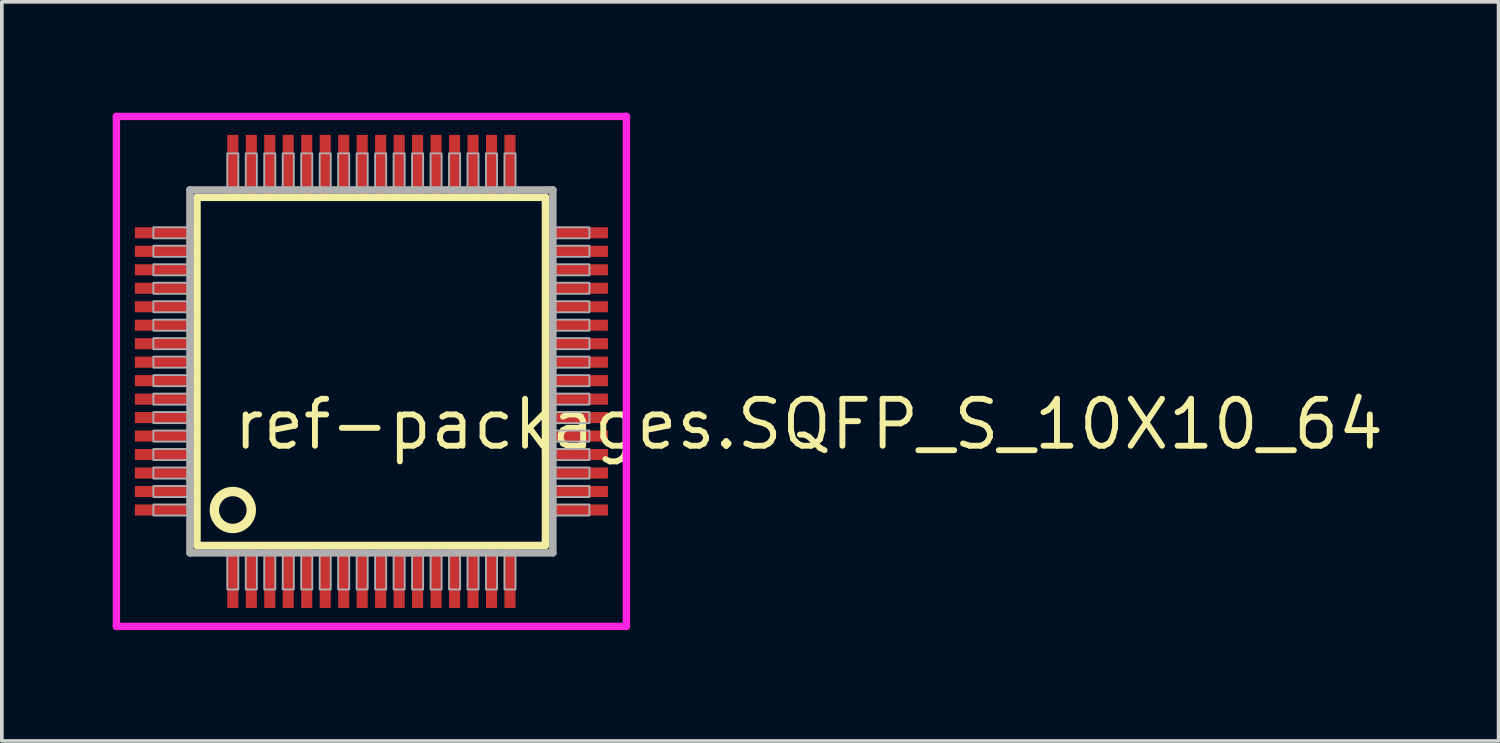
<source format=kicad_pcb>
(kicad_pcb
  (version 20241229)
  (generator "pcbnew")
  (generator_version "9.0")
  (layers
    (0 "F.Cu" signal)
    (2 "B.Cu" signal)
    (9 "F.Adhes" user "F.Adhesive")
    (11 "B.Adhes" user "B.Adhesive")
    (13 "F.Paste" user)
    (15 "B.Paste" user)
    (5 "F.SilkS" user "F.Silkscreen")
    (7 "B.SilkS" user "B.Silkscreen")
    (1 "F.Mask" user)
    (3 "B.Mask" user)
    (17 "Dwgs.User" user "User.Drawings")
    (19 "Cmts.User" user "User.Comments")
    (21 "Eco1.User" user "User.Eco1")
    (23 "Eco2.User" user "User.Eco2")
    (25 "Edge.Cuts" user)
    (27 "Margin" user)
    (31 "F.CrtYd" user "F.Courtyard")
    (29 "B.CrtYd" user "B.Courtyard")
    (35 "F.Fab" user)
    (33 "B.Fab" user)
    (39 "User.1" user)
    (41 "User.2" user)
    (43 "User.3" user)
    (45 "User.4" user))
  (footprint "ref-packages.SQFP_S_10X10_64"
    (layer "F.Cu")
    (at 7 7)
    (property "Reference" "ref-packages.SQFP_S_10X10_64" (at -3.81 2.175 0) (layer "F.SilkS") (effects (font (size 1.27 1.27) (thickness 0.16)) (justify left bottom)))
    (attr smd)
    (fp_line (start -4.72 -4.71) (end 4.71 -4.71) (stroke (width 0.203) (type default)) (layer "F.SilkS"))
    (fp_line (start -4.72 4.71) (end -4.72 -4.71) (stroke (width 0.203) (type default)) (layer "F.SilkS"))
    (fp_line (start 4.71 -4.71) (end 4.71 4.71) (stroke (width 0.203) (type default)) (layer "F.SilkS"))
    (fp_line (start 4.71 4.71) (end -4.72 4.71) (stroke (width 0.203) (type default)) (layer "F.SilkS"))
    (fp_circle (center -3.75 3.75) (end -3.25 3.75) (stroke (width 0.254) (type default)) (fill no) (layer "F.SilkS"))
    (fp_line (start -6.9 -6.9) (end 6.9 -6.9) (stroke (width 0.2) (type default)) (layer "F.CrtYd"))
    (fp_line (start -6.9 6.9) (end -6.9 -6.9) (stroke (width 0.2) (type default)) (layer "F.CrtYd"))
    (fp_line (start 6.9 -6.9) (end 6.9 6.9) (stroke (width 0.2) (type default)) (layer "F.CrtYd"))
    (fp_line (start 6.9 6.9) (end -6.9 6.9) (stroke (width 0.2) (type default)) (layer "F.CrtYd"))
    (fp_line (start -4.91 -4.91) (end -4.91 4.91) (stroke (width 0.203) (type default)) (layer "F.Fab"))
    (fp_line (start -4.91 4.91) (end 4.91 4.91) (stroke (width 0.203) (type default)) (layer "F.Fab"))
    (fp_line (start 4.91 -4.91) (end -4.91 -4.91) (stroke (width 0.203) (type default)) (layer "F.Fab"))
    (fp_line (start 4.91 4.91) (end 4.91 -4.91) (stroke (width 0.203) (type default)) (layer "F.Fab"))
    (fp_rect (start -5.9 -3.6) (end -4.95 -3.9) (stroke (width 0.05) (type default)) (fill no) (layer "F.Fab"))
    (fp_rect (start -5.9 -3.1) (end -4.95 -3.4) (stroke (width 0.05) (type default)) (fill no) (layer "F.Fab"))
    (fp_rect (start -5.9 -2.6) (end -4.95 -2.9) (stroke (width 0.05) (type default)) (fill no) (layer "F.Fab"))
    (fp_rect (start -5.9 -2.1) (end -4.95 -2.4) (stroke (width 0.05) (type default)) (fill no) (layer "F.Fab"))
    (fp_rect (start -5.9 -1.6) (end -4.95 -1.9) (stroke (width 0.05) (type default)) (fill no) (layer "F.Fab"))
    (fp_rect (start -5.9 -1.1) (end -4.95 -1.4) (stroke (width 0.05) (type default)) (fill no) (layer "F.Fab"))
    (fp_rect (start -5.9 -0.6) (end -4.95 -0.9) (stroke (width 0.05) (type default)) (fill no) (layer "F.Fab"))
    (fp_rect (start -5.9 -0.1) (end -4.95 -0.4) (stroke (width 0.05) (type default)) (fill no) (layer "F.Fab"))
    (fp_rect (start -5.9 0.4) (end -4.95 0.1) (stroke (width 0.05) (type default)) (fill no) (layer "F.Fab"))
    (fp_rect (start -5.9 0.9) (end -4.95 0.6) (stroke (width 0.05) (type default)) (fill no) (layer "F.Fab"))
    (fp_rect (start -5.9 1.4) (end -4.95 1.1) (stroke (width 0.05) (type default)) (fill no) (layer "F.Fab"))
    (fp_rect (start -5.9 1.9) (end -4.95 1.6) (stroke (width 0.05) (type default)) (fill no) (layer "F.Fab"))
    (fp_rect (start -5.9 2.4) (end -4.95 2.1) (stroke (width 0.05) (type default)) (fill no) (layer "F.Fab"))
    (fp_rect (start -5.9 2.9) (end -4.95 2.6) (stroke (width 0.05) (type default)) (fill no) (layer "F.Fab"))
    (fp_rect (start -5.9 3.4) (end -4.95 3.1) (stroke (width 0.05) (type default)) (fill no) (layer "F.Fab"))
    (fp_rect (start -5.9 3.9) (end -4.95 3.6) (stroke (width 0.05) (type default)) (fill no) (layer "F.Fab"))
    (fp_rect (start -3.9 -4.95) (end -3.6 -5.9) (stroke (width 0.05) (type default)) (fill no) (layer "F.Fab"))
    (fp_rect (start -3.9 5.9) (end -3.6 4.95) (stroke (width 0.05) (type default)) (fill no) (layer "F.Fab"))
    (fp_rect (start -3.4 -4.95) (end -3.1 -5.9) (stroke (width 0.05) (type default)) (fill no) (layer "F.Fab"))
    (fp_rect (start -3.4 5.9) (end -3.1 4.95) (stroke (width 0.05) (type default)) (fill no) (layer "F.Fab"))
    (fp_rect (start -2.9 -4.95) (end -2.6 -5.9) (stroke (width 0.05) (type default)) (fill no) (layer "F.Fab"))
    (fp_rect (start -2.9 5.9) (end -2.6 4.95) (stroke (width 0.05) (type default)) (fill no) (layer "F.Fab"))
    (fp_rect (start -2.4 -4.95) (end -2.1 -5.9) (stroke (width 0.05) (type default)) (fill no) (layer "F.Fab"))
    (fp_rect (start -2.4 5.9) (end -2.1 4.95) (stroke (width 0.05) (type default)) (fill no) (layer "F.Fab"))
    (fp_rect (start -1.9 -4.95) (end -1.6 -5.9) (stroke (width 0.05) (type default)) (fill no) (layer "F.Fab"))
    (fp_rect (start -1.9 5.9) (end -1.6 4.95) (stroke (width 0.05) (type default)) (fill no) (layer "F.Fab"))
    (fp_rect (start -1.4 -4.95) (end -1.1 -5.9) (stroke (width 0.05) (type default)) (fill no) (layer "F.Fab"))
    (fp_rect (start -1.4 5.9) (end -1.1 4.95) (stroke (width 0.05) (type default)) (fill no) (layer "F.Fab"))
    (fp_rect (start -0.9 -4.95) (end -0.6 -5.9) (stroke (width 0.05) (type default)) (fill no) (layer "F.Fab"))
    (fp_rect (start -0.9 5.9) (end -0.6 4.95) (stroke (width 0.05) (type default)) (fill no) (layer "F.Fab"))
    (fp_rect (start -0.4 -4.95) (end -0.1 -5.9) (stroke (width 0.05) (type default)) (fill no) (layer "F.Fab"))
    (fp_rect (start -0.4 5.9) (end -0.1 4.95) (stroke (width 0.05) (type default)) (fill no) (layer "F.Fab"))
    (fp_rect (start 0.1 -4.95) (end 0.4 -5.9) (stroke (width 0.05) (type default)) (fill no) (layer "F.Fab"))
    (fp_rect (start 0.1 5.9) (end 0.4 4.95) (stroke (width 0.05) (type default)) (fill no) (layer "F.Fab"))
    (fp_rect (start 0.6 -4.95) (end 0.9 -5.9) (stroke (width 0.05) (type default)) (fill no) (layer "F.Fab"))
    (fp_rect (start 0.6 5.9) (end 0.9 4.95) (stroke (width 0.05) (type default)) (fill no) (layer "F.Fab"))
    (fp_rect (start 1.1 -4.95) (end 1.4 -5.9) (stroke (width 0.05) (type default)) (fill no) (layer "F.Fab"))
    (fp_rect (start 1.1 5.9) (end 1.4 4.95) (stroke (width 0.05) (type default)) (fill no) (layer "F.Fab"))
    (fp_rect (start 1.6 -4.95) (end 1.9 -5.9) (stroke (width 0.05) (type default)) (fill no) (layer "F.Fab"))
    (fp_rect (start 1.6 5.9) (end 1.9 4.95) (stroke (width 0.05) (type default)) (fill no) (layer "F.Fab"))
    (fp_rect (start 2.1 -4.95) (end 2.4 -5.9) (stroke (width 0.05) (type default)) (fill no) (layer "F.Fab"))
    (fp_rect (start 2.1 5.9) (end 2.4 4.95) (stroke (width 0.05) (type default)) (fill no) (layer "F.Fab"))
    (fp_rect (start 2.6 -4.95) (end 2.9 -5.9) (stroke (width 0.05) (type default)) (fill no) (layer "F.Fab"))
    (fp_rect (start 2.6 5.9) (end 2.9 4.95) (stroke (width 0.05) (type default)) (fill no) (layer "F.Fab"))
    (fp_rect (start 3.1 -4.95) (end 3.4 -5.9) (stroke (width 0.05) (type default)) (fill no) (layer "F.Fab"))
    (fp_rect (start 3.1 5.9) (end 3.4 4.95) (stroke (width 0.05) (type default)) (fill no) (layer "F.Fab"))
    (fp_rect (start 3.6 -4.95) (end 3.9 -5.9) (stroke (width 0.05) (type default)) (fill no) (layer "F.Fab"))
    (fp_rect (start 3.6 5.9) (end 3.9 4.95) (stroke (width 0.05) (type default)) (fill no) (layer "F.Fab"))
    (fp_rect (start 4.95 -3.6) (end 5.9 -3.9) (stroke (width 0.05) (type default)) (fill no) (layer "F.Fab"))
    (fp_rect (start 4.95 -3.1) (end 5.9 -3.4) (stroke (width 0.05) (type default)) (fill no) (layer "F.Fab"))
    (fp_rect (start 4.95 -2.6) (end 5.9 -2.9) (stroke (width 0.05) (type default)) (fill no) (layer "F.Fab"))
    (fp_rect (start 4.95 -2.1) (end 5.9 -2.4) (stroke (width 0.05) (type default)) (fill no) (layer "F.Fab"))
    (fp_rect (start 4.95 -1.6) (end 5.9 -1.9) (stroke (width 0.05) (type default)) (fill no) (layer "F.Fab"))
    (fp_rect (start 4.95 -1.1) (end 5.9 -1.4) (stroke (width 0.05) (type default)) (fill no) (layer "F.Fab"))
    (fp_rect (start 4.95 -0.6) (end 5.9 -0.9) (stroke (width 0.05) (type default)) (fill no) (layer "F.Fab"))
    (fp_rect (start 4.95 -0.1) (end 5.9 -0.4) (stroke (width 0.05) (type default)) (fill no) (layer "F.Fab"))
    (fp_rect (start 4.95 0.4) (end 5.9 0.1) (stroke (width 0.05) (type default)) (fill no) (layer "F.Fab"))
    (fp_rect (start 4.95 0.9) (end 5.9 0.6) (stroke (width 0.05) (type default)) (fill no) (layer "F.Fab"))
    (fp_rect (start 4.95 1.4) (end 5.9 1.1) (stroke (width 0.05) (type default)) (fill no) (layer "F.Fab"))
    (fp_rect (start 4.95 1.9) (end 5.9 1.6) (stroke (width 0.05) (type default)) (fill no) (layer "F.Fab"))
    (fp_rect (start 4.95 2.4) (end 5.9 2.1) (stroke (width 0.05) (type default)) (fill no) (layer "F.Fab"))
    (fp_rect (start 4.95 2.9) (end 5.9 2.6) (stroke (width 0.05) (type default)) (fill no) (layer "F.Fab"))
    (fp_rect (start 4.95 3.4) (end 5.9 3.1) (stroke (width 0.05) (type default)) (fill no) (layer "F.Fab"))
    (fp_rect (start 4.95 3.9) (end 5.9 3.6) (stroke (width 0.05) (type default)) (fill no) (layer "F.Fab"))
    (pad "1" smd roundrect (at -3.75 5.6) (size 0.3 1.6) (layers "F.Cu" "F.Mask" "F.Paste") (roundrect_rratio 0.01))
    (pad "2" smd roundrect (at -3.25 5.6) (size 0.3 1.6) (layers "F.Cu" "F.Mask" "F.Paste") (roundrect_rratio 0.01))
    (pad "3" smd roundrect (at -2.75 5.6) (size 0.3 1.6) (layers "F.Cu" "F.Mask" "F.Paste") (roundrect_rratio 0.01))
    (pad "4" smd roundrect (at -2.25 5.6) (size 0.3 1.6) (layers "F.Cu" "F.Mask" "F.Paste") (roundrect_rratio 0.01))
    (pad "5" smd roundrect (at -1.75 5.6) (size 0.3 1.6) (layers "F.Cu" "F.Mask" "F.Paste") (roundrect_rratio 0.01))
    (pad "6" smd roundrect (at -1.25 5.6) (size 0.3 1.6) (layers "F.Cu" "F.Mask" "F.Paste") (roundrect_rratio 0.01))
    (pad "7" smd roundrect (at -0.75 5.6) (size 0.3 1.6) (layers "F.Cu" "F.Mask" "F.Paste") (roundrect_rratio 0.01))
    (pad "8" smd roundrect (at -0.25 5.6) (size 0.3 1.6) (layers "F.Cu" "F.Mask" "F.Paste") (roundrect_rratio 0.01))
    (pad "9" smd roundrect (at 0.25 5.6) (size 0.3 1.6) (layers "F.Cu" "F.Mask" "F.Paste") (roundrect_rratio 0.01))
    (pad "10" smd roundrect (at 0.75 5.6) (size 0.3 1.6) (layers "F.Cu" "F.Mask" "F.Paste") (roundrect_rratio 0.01))
    (pad "11" smd roundrect (at 1.25 5.6) (size 0.3 1.6) (layers "F.Cu" "F.Mask" "F.Paste") (roundrect_rratio 0.01))
    (pad "12" smd roundrect (at 1.75 5.6) (size 0.3 1.6) (layers "F.Cu" "F.Mask" "F.Paste") (roundrect_rratio 0.01))
    (pad "13" smd roundrect (at 2.25 5.6) (size 0.3 1.6) (layers "F.Cu" "F.Mask" "F.Paste") (roundrect_rratio 0.01))
    (pad "14" smd roundrect (at 2.75 5.6) (size 0.3 1.6) (layers "F.Cu" "F.Mask" "F.Paste") (roundrect_rratio 0.01))
    (pad "15" smd roundrect (at 3.25 5.6) (size 0.3 1.6) (layers "F.Cu" "F.Mask" "F.Paste") (roundrect_rratio 0.01))
    (pad "16" smd roundrect (at 3.75 5.6) (size 0.3 1.6) (layers "F.Cu" "F.Mask" "F.Paste") (roundrect_rratio 0.01))
    (pad "17" smd roundrect (at 5.6 3.75) (size 1.6 0.3) (layers "F.Cu" "F.Mask" "F.Paste") (roundrect_rratio 0.01))
    (pad "18" smd roundrect (at 5.6 3.25) (size 1.6 0.3) (layers "F.Cu" "F.Mask" "F.Paste") (roundrect_rratio 0.01))
    (pad "19" smd roundrect (at 5.6 2.75) (size 1.6 0.3) (layers "F.Cu" "F.Mask" "F.Paste") (roundrect_rratio 0.01))
    (pad "20" smd roundrect (at 5.6 2.25) (size 1.6 0.3) (layers "F.Cu" "F.Mask" "F.Paste") (roundrect_rratio 0.01))
    (pad "21" smd roundrect (at 5.6 1.75) (size 1.6 0.3) (layers "F.Cu" "F.Mask" "F.Paste") (roundrect_rratio 0.01))
    (pad "22" smd roundrect (at 5.6 1.25) (size 1.6 0.3) (layers "F.Cu" "F.Mask" "F.Paste") (roundrect_rratio 0.01))
    (pad "23" smd roundrect (at 5.6 0.75) (size 1.6 0.3) (layers "F.Cu" "F.Mask" "F.Paste") (roundrect_rratio 0.01))
    (pad "24" smd roundrect (at 5.6 0.25) (size 1.6 0.3) (layers "F.Cu" "F.Mask" "F.Paste") (roundrect_rratio 0.01))
    (pad "25" smd roundrect (at 5.6 -0.25) (size 1.6 0.3) (layers "F.Cu" "F.Mask" "F.Paste") (roundrect_rratio 0.01))
    (pad "26" smd roundrect (at 5.6 -0.75) (size 1.6 0.3) (layers "F.Cu" "F.Mask" "F.Paste") (roundrect_rratio 0.01))
    (pad "27" smd roundrect (at 5.6 -1.25) (size 1.6 0.3) (layers "F.Cu" "F.Mask" "F.Paste") (roundrect_rratio 0.01))
    (pad "28" smd roundrect (at 5.6 -1.75) (size 1.6 0.3) (layers "F.Cu" "F.Mask" "F.Paste") (roundrect_rratio 0.01))
    (pad "29" smd roundrect (at 5.6 -2.25) (size 1.6 0.3) (layers "F.Cu" "F.Mask" "F.Paste") (roundrect_rratio 0.01))
    (pad "30" smd roundrect (at 5.6 -2.75) (size 1.6 0.3) (layers "F.Cu" "F.Mask" "F.Paste") (roundrect_rratio 0.01))
    (pad "31" smd roundrect (at 5.6 -3.25) (size 1.6 0.3) (layers "F.Cu" "F.Mask" "F.Paste") (roundrect_rratio 0.01))
    (pad "32" smd roundrect (at 5.6 -3.75) (size 1.6 0.3) (layers "F.Cu" "F.Mask" "F.Paste") (roundrect_rratio 0.01))
    (pad "33" smd roundrect (at 3.75 -5.6) (size 0.3 1.6) (layers "F.Cu" "F.Mask" "F.Paste") (roundrect_rratio 0.01))
    (pad "34" smd roundrect (at 3.25 -5.6) (size 0.3 1.6) (layers "F.Cu" "F.Mask" "F.Paste") (roundrect_rratio 0.01))
    (pad "35" smd roundrect (at 2.75 -5.6) (size 0.3 1.6) (layers "F.Cu" "F.Mask" "F.Paste") (roundrect_rratio 0.01))
    (pad "36" smd roundrect (at 2.25 -5.6) (size 0.3 1.6) (layers "F.Cu" "F.Mask" "F.Paste") (roundrect_rratio 0.01))
    (pad "37" smd roundrect (at 1.75 -5.6) (size 0.3 1.6) (layers "F.Cu" "F.Mask" "F.Paste") (roundrect_rratio 0.01))
    (pad "38" smd roundrect (at 1.25 -5.6) (size 0.3 1.6) (layers "F.Cu" "F.Mask" "F.Paste") (roundrect_rratio 0.01))
    (pad "39" smd roundrect (at 0.75 -5.6) (size 0.3 1.6) (layers "F.Cu" "F.Mask" "F.Paste") (roundrect_rratio 0.01))
    (pad "40" smd roundrect (at 0.25 -5.6) (size 0.3 1.6) (layers "F.Cu" "F.Mask" "F.Paste") (roundrect_rratio 0.01))
    (pad "41" smd roundrect (at -0.25 -5.6) (size 0.3 1.6) (layers "F.Cu" "F.Mask" "F.Paste") (roundrect_rratio 0.01))
    (pad "42" smd roundrect (at -0.75 -5.6) (size 0.3 1.6) (layers "F.Cu" "F.Mask" "F.Paste") (roundrect_rratio 0.01))
    (pad "43" smd roundrect (at -1.25 -5.6) (size 0.3 1.6) (layers "F.Cu" "F.Mask" "F.Paste") (roundrect_rratio 0.01))
    (pad "44" smd roundrect (at -1.75 -5.6) (size 0.3 1.6) (layers "F.Cu" "F.Mask" "F.Paste") (roundrect_rratio 0.01))
    (pad "45" smd roundrect (at -2.25 -5.6) (size 0.3 1.6) (layers "F.Cu" "F.Mask" "F.Paste") (roundrect_rratio 0.01))
    (pad "46" smd roundrect (at -2.75 -5.6) (size 0.3 1.6) (layers "F.Cu" "F.Mask" "F.Paste") (roundrect_rratio 0.01))
    (pad "47" smd roundrect (at -3.25 -5.6) (size 0.3 1.6) (layers "F.Cu" "F.Mask" "F.Paste") (roundrect_rratio 0.01))
    (pad "48" smd roundrect (at -3.75 -5.6) (size 0.3 1.6) (layers "F.Cu" "F.Mask" "F.Paste") (roundrect_rratio 0.01))
    (pad "49" smd roundrect (at -5.6 -3.75) (size 1.6 0.3) (layers "F.Cu" "F.Mask" "F.Paste") (roundrect_rratio 0.01))
    (pad "50" smd roundrect (at -5.6 -3.25) (size 1.6 0.3) (layers "F.Cu" "F.Mask" "F.Paste") (roundrect_rratio 0.01))
    (pad "51" smd roundrect (at -5.6 -2.75) (size 1.6 0.3) (layers "F.Cu" "F.Mask" "F.Paste") (roundrect_rratio 0.01))
    (pad "52" smd roundrect (at -5.6 -2.25) (size 1.6 0.3) (layers "F.Cu" "F.Mask" "F.Paste") (roundrect_rratio 0.01))
    (pad "53" smd roundrect (at -5.6 -1.75) (size 1.6 0.3) (layers "F.Cu" "F.Mask" "F.Paste") (roundrect_rratio 0.01))
    (pad "54" smd roundrect (at -5.6 -1.25) (size 1.6 0.3) (layers "F.Cu" "F.Mask" "F.Paste") (roundrect_rratio 0.01))
    (pad "55" smd roundrect (at -5.6 -0.75) (size 1.6 0.3) (layers "F.Cu" "F.Mask" "F.Paste") (roundrect_rratio 0.01))
    (pad "56" smd roundrect (at -5.6 -0.25) (size 1.6 0.3) (layers "F.Cu" "F.Mask" "F.Paste") (roundrect_rratio 0.01))
    (pad "57" smd roundrect (at -5.6 0.25) (size 1.6 0.3) (layers "F.Cu" "F.Mask" "F.Paste") (roundrect_rratio 0.01))
    (pad "58" smd roundrect (at -5.6 0.75) (size 1.6 0.3) (layers "F.Cu" "F.Mask" "F.Paste") (roundrect_rratio 0.01))
    (pad "59" smd roundrect (at -5.6 1.25) (size 1.6 0.3) (layers "F.Cu" "F.Mask" "F.Paste") (roundrect_rratio 0.01))
    (pad "60" smd roundrect (at -5.6 1.75) (size 1.6 0.3) (layers "F.Cu" "F.Mask" "F.Paste") (roundrect_rratio 0.01))
    (pad "61" smd roundrect (at -5.6 2.25) (size 1.6 0.3) (layers "F.Cu" "F.Mask" "F.Paste") (roundrect_rratio 0.01))
    (pad "62" smd roundrect (at -5.6 2.75) (size 1.6 0.3) (layers "F.Cu" "F.Mask" "F.Paste") (roundrect_rratio 0.01))
    (pad "63" smd roundrect (at -5.6 3.25) (size 1.6 0.3) (layers "F.Cu" "F.Mask" "F.Paste") (roundrect_rratio 0.01))
    (pad "64" smd roundrect (at -5.6 3.75) (size 1.6 0.3) (layers "F.Cu" "F.Mask" "F.Paste") (roundrect_rratio 0.01)))
  (gr_rect
    (start -3 -3)
    (end 37.501 17)
    (stroke (width 0.1) (type default))
    (fill no)
    (layer "Edge.Cuts")))
</source>
